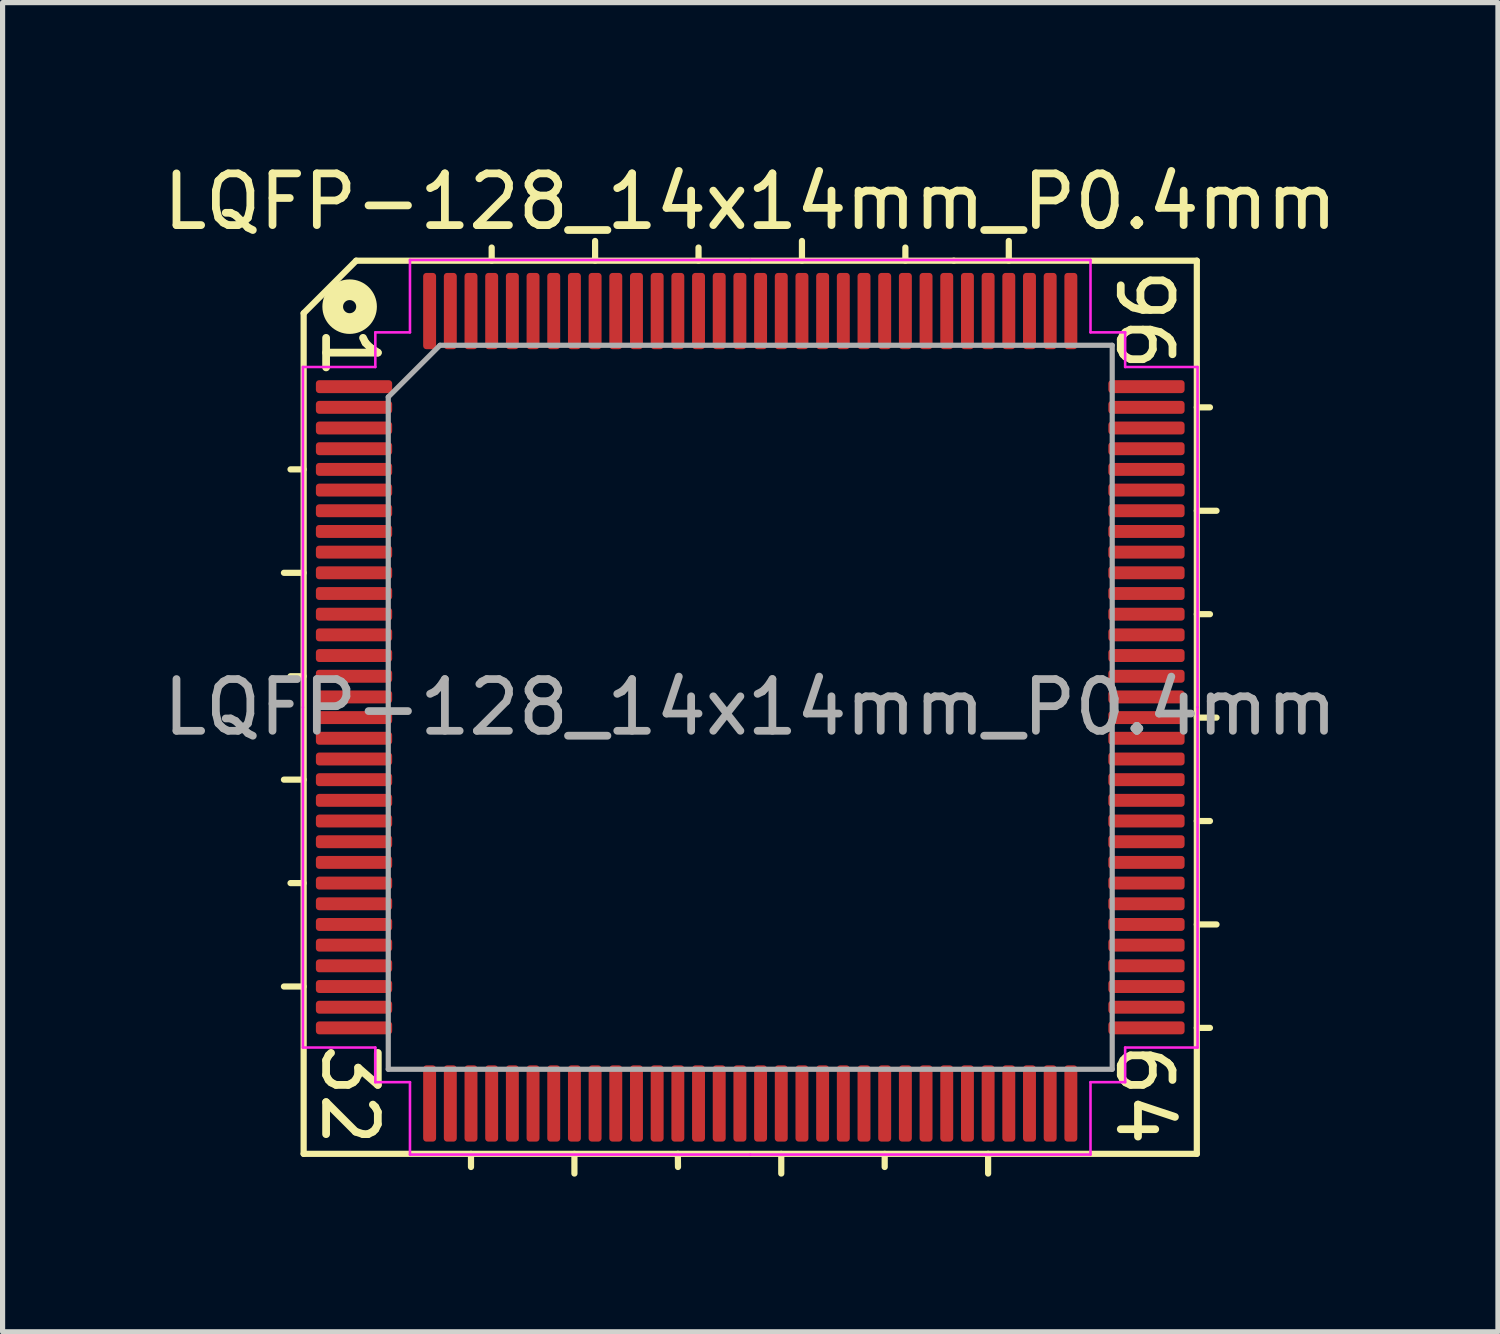
<source format=kicad_pcb>
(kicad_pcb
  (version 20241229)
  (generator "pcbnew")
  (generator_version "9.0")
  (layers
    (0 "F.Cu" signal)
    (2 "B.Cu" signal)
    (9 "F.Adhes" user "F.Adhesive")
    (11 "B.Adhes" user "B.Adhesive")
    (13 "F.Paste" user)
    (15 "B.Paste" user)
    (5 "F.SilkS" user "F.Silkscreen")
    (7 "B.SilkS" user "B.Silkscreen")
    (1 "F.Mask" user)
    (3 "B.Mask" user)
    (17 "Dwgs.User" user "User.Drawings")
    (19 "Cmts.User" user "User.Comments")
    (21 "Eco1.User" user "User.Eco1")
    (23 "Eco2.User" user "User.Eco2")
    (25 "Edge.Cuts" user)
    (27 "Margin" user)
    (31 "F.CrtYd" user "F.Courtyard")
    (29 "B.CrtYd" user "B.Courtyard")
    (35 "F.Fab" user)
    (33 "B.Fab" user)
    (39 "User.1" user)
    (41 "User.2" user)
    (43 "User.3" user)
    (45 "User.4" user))
  (footprint "LQFP-128_14x14mm_P0.4mm"
    (layer "F.Cu")
    (at 11.458 10.627)
    (property "Reference" "LQFP-128_14x14mm_P0.4mm" (at 0 -9.779 0) (layer "F.SilkS") (effects (font (size 1 1) (thickness 0.15))))
    (attr smd)
    (fp_line (start -8.636 -7.62) (end -8.636 8.636) (stroke (width 0.12) (type solid)) (layer "F.SilkS"))
    (fp_line (start -8.636 -4.6) (end -8.89 -4.6) (stroke (width 0.12) (type solid)) (layer "F.SilkS"))
    (fp_line (start -8.636 -2.6) (end -9.017 -2.6) (stroke (width 0.12) (type solid)) (layer "F.SilkS"))
    (fp_line (start -8.636 -0.6) (end -8.89 -0.6) (stroke (width 0.12) (type solid)) (layer "F.SilkS"))
    (fp_line (start -8.636 1.4) (end -9.017 1.4) (stroke (width 0.12) (type solid)) (layer "F.SilkS"))
    (fp_line (start -8.636 3.4) (end -8.89 3.4) (stroke (width 0.12) (type solid)) (layer "F.SilkS"))
    (fp_line (start -8.636 5.4) (end -9.017 5.4) (stroke (width 0.12) (type solid)) (layer "F.SilkS"))
    (fp_line (start -8.636 8.636) (end 8.636 8.636) (stroke (width 0.12) (type solid)) (layer "F.SilkS"))
    (fp_line (start -7.62 -8.636) (end -8.636 -7.62) (stroke (width 0.12) (type solid)) (layer "F.SilkS"))
    (fp_line (start -7.62 -8.636) (end 3.937 -8.636) (stroke (width 0.12) (type solid)) (layer "F.SilkS"))
    (fp_line (start -5.4 8.636) (end -5.4 8.89) (stroke (width 0.12) (type solid)) (layer "F.SilkS"))
    (fp_line (start -5 -8.636) (end -5 -8.89) (stroke (width 0.12) (type solid)) (layer "F.SilkS"))
    (fp_line (start -3.4 8.636) (end -3.4 9.017) (stroke (width 0.12) (type solid)) (layer "F.SilkS"))
    (fp_line (start -3 -8.636) (end -3 -9.017) (stroke (width 0.12) (type solid)) (layer "F.SilkS"))
    (fp_line (start -1.4 8.636) (end -1.397 8.89) (stroke (width 0.12) (type solid)) (layer "F.SilkS"))
    (fp_line (start -1 -8.636) (end -1 -8.89) (stroke (width 0.12) (type solid)) (layer "F.SilkS"))
    (fp_line (start 0.6 8.636) (end 0.6 9.017) (stroke (width 0.12) (type solid)) (layer "F.SilkS"))
    (fp_line (start 1 -8.636) (end 1 -9.017) (stroke (width 0.12) (type solid)) (layer "F.SilkS"))
    (fp_line (start 2.6 8.636) (end 2.6 8.89) (stroke (width 0.12) (type solid)) (layer "F.SilkS"))
    (fp_line (start 3 -8.636) (end 3 -8.89) (stroke (width 0.12) (type solid)) (layer "F.SilkS"))
    (fp_line (start 4.6 8.636) (end 4.6 9.017) (stroke (width 0.12) (type solid)) (layer "F.SilkS"))
    (fp_line (start 5 -8.636) (end 5 -9.017) (stroke (width 0.12) (type solid)) (layer "F.SilkS"))
    (fp_line (start 8.636 -8.636) (end 3.937 -8.636) (stroke (width 0.12) (type solid)) (layer "F.SilkS"))
    (fp_line (start 8.636 -5.8) (end 8.89 -5.8) (stroke (width 0.12) (type solid)) (layer "F.SilkS"))
    (fp_line (start 8.636 -3.8) (end 9.017 -3.8) (stroke (width 0.12) (type solid)) (layer "F.SilkS"))
    (fp_line (start 8.636 -1.8) (end 8.89 -1.8) (stroke (width 0.12) (type solid)) (layer "F.SilkS"))
    (fp_line (start 8.636 0.2) (end 9.017 0.2) (stroke (width 0.12) (type solid)) (layer "F.SilkS"))
    (fp_line (start 8.636 2.2) (end 8.89 2.2) (stroke (width 0.12) (type solid)) (layer "F.SilkS"))
    (fp_line (start 8.636 4.2) (end 9.017 4.2) (stroke (width 0.12) (type solid)) (layer "F.SilkS"))
    (fp_line (start 8.636 6.2) (end 8.89 6.2) (stroke (width 0.12) (type solid)) (layer "F.SilkS"))
    (fp_line (start 8.636 8.636) (end 8.636 -8.636) (stroke (width 0.12) (type solid)) (layer "F.SilkS"))
    (fp_circle (center -7.747 -7.747) (end -7.62 -7.747) (stroke (width 0.4) (type solid)) (fill no) (layer "F.SilkS"))
    (fp_line (start -8.65 -6.58) (end -8.65 0) (stroke (width 0.05) (type solid)) (layer "F.CrtYd"))
    (fp_line (start -8.65 6.58) (end -8.65 0) (stroke (width 0.05) (type solid)) (layer "F.CrtYd"))
    (fp_line (start -7.25 -7.25) (end -7.25 -6.58) (stroke (width 0.05) (type solid)) (layer "F.CrtYd"))
    (fp_line (start -7.25 -6.58) (end -8.65 -6.58) (stroke (width 0.05) (type solid)) (layer "F.CrtYd"))
    (fp_line (start -7.25 6.58) (end -8.65 6.58) (stroke (width 0.05) (type solid)) (layer "F.CrtYd"))
    (fp_line (start -7.25 7.25) (end -7.25 6.58) (stroke (width 0.05) (type solid)) (layer "F.CrtYd"))
    (fp_line (start -6.58 -8.65) (end -6.58 -7.25) (stroke (width 0.05) (type solid)) (layer "F.CrtYd"))
    (fp_line (start -6.58 -7.25) (end -7.25 -7.25) (stroke (width 0.05) (type solid)) (layer "F.CrtYd"))
    (fp_line (start -6.58 7.25) (end -7.25 7.25) (stroke (width 0.05) (type solid)) (layer "F.CrtYd"))
    (fp_line (start -6.58 8.65) (end -6.58 7.25) (stroke (width 0.05) (type solid)) (layer "F.CrtYd"))
    (fp_line (start 0 -8.65) (end -6.58 -8.65) (stroke (width 0.05) (type solid)) (layer "F.CrtYd"))
    (fp_line (start 0 -8.65) (end 6.58 -8.65) (stroke (width 0.05) (type solid)) (layer "F.CrtYd"))
    (fp_line (start 0 8.65) (end -6.58 8.65) (stroke (width 0.05) (type solid)) (layer "F.CrtYd"))
    (fp_line (start 0 8.65) (end 6.58 8.65) (stroke (width 0.05) (type solid)) (layer "F.CrtYd"))
    (fp_line (start 6.58 -8.65) (end 6.58 -7.25) (stroke (width 0.05) (type solid)) (layer "F.CrtYd"))
    (fp_line (start 6.58 -7.25) (end 7.25 -7.25) (stroke (width 0.05) (type solid)) (layer "F.CrtYd"))
    (fp_line (start 6.58 7.25) (end 7.25 7.25) (stroke (width 0.05) (type solid)) (layer "F.CrtYd"))
    (fp_line (start 6.58 8.65) (end 6.58 7.25) (stroke (width 0.05) (type solid)) (layer "F.CrtYd"))
    (fp_line (start 7.25 -7.25) (end 7.25 -6.58) (stroke (width 0.05) (type solid)) (layer "F.CrtYd"))
    (fp_line (start 7.25 -6.58) (end 8.65 -6.58) (stroke (width 0.05) (type solid)) (layer "F.CrtYd"))
    (fp_line (start 7.25 6.58) (end 8.65 6.58) (stroke (width 0.05) (type solid)) (layer "F.CrtYd"))
    (fp_line (start 7.25 7.25) (end 7.25 6.58) (stroke (width 0.05) (type solid)) (layer "F.CrtYd"))
    (fp_line (start 8.65 -6.58) (end 8.65 0) (stroke (width 0.05) (type solid)) (layer "F.CrtYd"))
    (fp_line (start 8.65 6.58) (end 8.65 0) (stroke (width 0.05) (type solid)) (layer "F.CrtYd"))
    (fp_line (start -7 -6) (end -6 -7) (stroke (width 0.1) (type solid)) (layer "F.Fab"))
    (fp_line (start -7 7) (end -7 -6) (stroke (width 0.1) (type solid)) (layer "F.Fab"))
    (fp_line (start -6 -7) (end 7 -7) (stroke (width 0.1) (type solid)) (layer "F.Fab"))
    (fp_line (start 7 -7) (end 7 7) (stroke (width 0.1) (type solid)) (layer "F.Fab"))
    (fp_line (start 7 7) (end -7 7) (stroke (width 0.1) (type solid)) (layer "F.Fab"))
    (fp_text user "96" (at 7.62 -7.493 270) (unlocked yes) (layer "F.SilkS") (effects (font (size 1 1) (thickness 0.15))))
    (fp_text user "64" (at 7.62 7.493 270) (unlocked yes) (layer "F.SilkS") (effects (font (size 1 1) (thickness 0.15))))
    (fp_text user "32" (at -7.747 7.493 270) (unlocked yes) (layer "F.SilkS") (effects (font (size 1 1) (thickness 0.15))))
    (fp_text user "1" (at -7.747 -6.858 270) (unlocked yes) (layer "F.SilkS") (effects (font (size 1 1) (thickness 0.15))))
    (fp_text user "${REFERENCE}" (at 0 0 0) (layer "F.Fab") (effects (font (size 1 1) (thickness 0.15))))
    (pad "1" smd roundrect (at -7.662 -6.2) (size 1.475 0.25) (layers "F.Cu" "F.Mask" "F.Paste") (roundrect_rratio 0.25))
    (pad "2" smd roundrect (at -7.662 -5.8) (size 1.475 0.25) (layers "F.Cu" "F.Mask" "F.Paste") (roundrect_rratio 0.25))
    (pad "3" smd roundrect (at -7.662 -5.4) (size 1.475 0.25) (layers "F.Cu" "F.Mask" "F.Paste") (roundrect_rratio 0.25))
    (pad "4" smd roundrect (at -7.662 -5) (size 1.475 0.25) (layers "F.Cu" "F.Mask" "F.Paste") (roundrect_rratio 0.25))
    (pad "5" smd roundrect (at -7.662 -4.6) (size 1.475 0.25) (layers "F.Cu" "F.Mask" "F.Paste") (roundrect_rratio 0.25))
    (pad "6" smd roundrect (at -7.662 -4.2) (size 1.475 0.25) (layers "F.Cu" "F.Mask" "F.Paste") (roundrect_rratio 0.25))
    (pad "7" smd roundrect (at -7.662 -3.8) (size 1.475 0.25) (layers "F.Cu" "F.Mask" "F.Paste") (roundrect_rratio 0.25))
    (pad "8" smd roundrect (at -7.662 -3.4) (size 1.475 0.25) (layers "F.Cu" "F.Mask" "F.Paste") (roundrect_rratio 0.25))
    (pad "9" smd roundrect (at -7.662 -3) (size 1.475 0.25) (layers "F.Cu" "F.Mask" "F.Paste") (roundrect_rratio 0.25))
    (pad "10" smd roundrect (at -7.662 -2.6) (size 1.475 0.25) (layers "F.Cu" "F.Mask" "F.Paste") (roundrect_rratio 0.25))
    (pad "11" smd roundrect (at -7.662 -2.2) (size 1.475 0.25) (layers "F.Cu" "F.Mask" "F.Paste") (roundrect_rratio 0.25))
    (pad "12" smd roundrect (at -7.662 -1.8) (size 1.475 0.25) (layers "F.Cu" "F.Mask" "F.Paste") (roundrect_rratio 0.25))
    (pad "13" smd roundrect (at -7.662 -1.4) (size 1.475 0.25) (layers "F.Cu" "F.Mask" "F.Paste") (roundrect_rratio 0.25))
    (pad "14" smd roundrect (at -7.662 -1) (size 1.475 0.25) (layers "F.Cu" "F.Mask" "F.Paste") (roundrect_rratio 0.25))
    (pad "15" smd roundrect (at -7.662 -0.6) (size 1.475 0.25) (layers "F.Cu" "F.Mask" "F.Paste") (roundrect_rratio 0.25))
    (pad "16" smd roundrect (at -7.662 -0.2) (size 1.475 0.25) (layers "F.Cu" "F.Mask" "F.Paste") (roundrect_rratio 0.25))
    (pad "17" smd roundrect (at -7.662 0.2) (size 1.475 0.25) (layers "F.Cu" "F.Mask" "F.Paste") (roundrect_rratio 0.25))
    (pad "18" smd roundrect (at -7.662 0.6) (size 1.475 0.25) (layers "F.Cu" "F.Mask" "F.Paste") (roundrect_rratio 0.25))
    (pad "19" smd roundrect (at -7.662 1) (size 1.475 0.25) (layers "F.Cu" "F.Mask" "F.Paste") (roundrect_rratio 0.25))
    (pad "20" smd roundrect (at -7.662 1.4) (size 1.475 0.25) (layers "F.Cu" "F.Mask" "F.Paste") (roundrect_rratio 0.25))
    (pad "21" smd roundrect (at -7.662 1.8) (size 1.475 0.25) (layers "F.Cu" "F.Mask" "F.Paste") (roundrect_rratio 0.25))
    (pad "22" smd roundrect (at -7.662 2.2) (size 1.475 0.25) (layers "F.Cu" "F.Mask" "F.Paste") (roundrect_rratio 0.25))
    (pad "23" smd roundrect (at -7.662 2.6) (size 1.475 0.25) (layers "F.Cu" "F.Mask" "F.Paste") (roundrect_rratio 0.25))
    (pad "24" smd roundrect (at -7.662 3) (size 1.475 0.25) (layers "F.Cu" "F.Mask" "F.Paste") (roundrect_rratio 0.25))
    (pad "25" smd roundrect (at -7.662 3.4) (size 1.475 0.25) (layers "F.Cu" "F.Mask" "F.Paste") (roundrect_rratio 0.25))
    (pad "26" smd roundrect (at -7.662 3.8) (size 1.475 0.25) (layers "F.Cu" "F.Mask" "F.Paste") (roundrect_rratio 0.25))
    (pad "27" smd roundrect (at -7.662 4.2) (size 1.475 0.25) (layers "F.Cu" "F.Mask" "F.Paste") (roundrect_rratio 0.25))
    (pad "28" smd roundrect (at -7.662 4.6) (size 1.475 0.25) (layers "F.Cu" "F.Mask" "F.Paste") (roundrect_rratio 0.25))
    (pad "29" smd roundrect (at -7.662 5) (size 1.475 0.25) (layers "F.Cu" "F.Mask" "F.Paste") (roundrect_rratio 0.25))
    (pad "30" smd roundrect (at -7.662 5.4) (size 1.475 0.25) (layers "F.Cu" "F.Mask" "F.Paste") (roundrect_rratio 0.25))
    (pad "31" smd roundrect (at -7.662 5.8) (size 1.475 0.25) (layers "F.Cu" "F.Mask" "F.Paste") (roundrect_rratio 0.25))
    (pad "32" smd roundrect (at -7.662 6.2) (size 1.475 0.25) (layers "F.Cu" "F.Mask" "F.Paste") (roundrect_rratio 0.25))
    (pad "33" smd roundrect (at -6.2 7.662) (size 0.25 1.475) (layers "F.Cu" "F.Mask" "F.Paste") (roundrect_rratio 0.25))
    (pad "34" smd roundrect (at -5.8 7.662) (size 0.25 1.475) (layers "F.Cu" "F.Mask" "F.Paste") (roundrect_rratio 0.25))
    (pad "35" smd roundrect (at -5.4 7.662) (size 0.25 1.475) (layers "F.Cu" "F.Mask" "F.Paste") (roundrect_rratio 0.25))
    (pad "36" smd roundrect (at -5 7.662) (size 0.25 1.475) (layers "F.Cu" "F.Mask" "F.Paste") (roundrect_rratio 0.25))
    (pad "37" smd roundrect (at -4.6 7.662) (size 0.25 1.475) (layers "F.Cu" "F.Mask" "F.Paste") (roundrect_rratio 0.25))
    (pad "38" smd roundrect (at -4.2 7.662) (size 0.25 1.475) (layers "F.Cu" "F.Mask" "F.Paste") (roundrect_rratio 0.25))
    (pad "39" smd roundrect (at -3.8 7.662) (size 0.25 1.475) (layers "F.Cu" "F.Mask" "F.Paste") (roundrect_rratio 0.25))
    (pad "40" smd roundrect (at -3.4 7.662) (size 0.25 1.475) (layers "F.Cu" "F.Mask" "F.Paste") (roundrect_rratio 0.25))
    (pad "41" smd roundrect (at -3 7.662) (size 0.25 1.475) (layers "F.Cu" "F.Mask" "F.Paste") (roundrect_rratio 0.25))
    (pad "42" smd roundrect (at -2.6 7.662) (size 0.25 1.475) (layers "F.Cu" "F.Mask" "F.Paste") (roundrect_rratio 0.25))
    (pad "43" smd roundrect (at -2.2 7.662) (size 0.25 1.475) (layers "F.Cu" "F.Mask" "F.Paste") (roundrect_rratio 0.25))
    (pad "44" smd roundrect (at -1.8 7.662) (size 0.25 1.475) (layers "F.Cu" "F.Mask" "F.Paste") (roundrect_rratio 0.25))
    (pad "45" smd roundrect (at -1.4 7.662) (size 0.25 1.475) (layers "F.Cu" "F.Mask" "F.Paste") (roundrect_rratio 0.25))
    (pad "46" smd roundrect (at -1 7.662) (size 0.25 1.475) (layers "F.Cu" "F.Mask" "F.Paste") (roundrect_rratio 0.25))
    (pad "47" smd roundrect (at -0.6 7.662) (size 0.25 1.475) (layers "F.Cu" "F.Mask" "F.Paste") (roundrect_rratio 0.25))
    (pad "48" smd roundrect (at -0.2 7.662) (size 0.25 1.475) (layers "F.Cu" "F.Mask" "F.Paste") (roundrect_rratio 0.25))
    (pad "49" smd roundrect (at 0.2 7.662) (size 0.25 1.475) (layers "F.Cu" "F.Mask" "F.Paste") (roundrect_rratio 0.25))
    (pad "50" smd roundrect (at 0.6 7.662) (size 0.25 1.475) (layers "F.Cu" "F.Mask" "F.Paste") (roundrect_rratio 0.25))
    (pad "51" smd roundrect (at 1 7.662) (size 0.25 1.475) (layers "F.Cu" "F.Mask" "F.Paste") (roundrect_rratio 0.25))
    (pad "52" smd roundrect (at 1.4 7.662) (size 0.25 1.475) (layers "F.Cu" "F.Mask" "F.Paste") (roundrect_rratio 0.25))
    (pad "53" smd roundrect (at 1.8 7.662) (size 0.25 1.475) (layers "F.Cu" "F.Mask" "F.Paste") (roundrect_rratio 0.25))
    (pad "54" smd roundrect (at 2.2 7.662) (size 0.25 1.475) (layers "F.Cu" "F.Mask" "F.Paste") (roundrect_rratio 0.25))
    (pad "55" smd roundrect (at 2.6 7.662) (size 0.25 1.475) (layers "F.Cu" "F.Mask" "F.Paste") (roundrect_rratio 0.25))
    (pad "56" smd roundrect (at 3 7.662) (size 0.25 1.475) (layers "F.Cu" "F.Mask" "F.Paste") (roundrect_rratio 0.25))
    (pad "57" smd roundrect (at 3.4 7.662) (size 0.25 1.475) (layers "F.Cu" "F.Mask" "F.Paste") (roundrect_rratio 0.25))
    (pad "58" smd roundrect (at 3.8 7.662) (size 0.25 1.475) (layers "F.Cu" "F.Mask" "F.Paste") (roundrect_rratio 0.25))
    (pad "59" smd roundrect (at 4.2 7.662) (size 0.25 1.475) (layers "F.Cu" "F.Mask" "F.Paste") (roundrect_rratio 0.25))
    (pad "60" smd roundrect (at 4.6 7.662) (size 0.25 1.475) (layers "F.Cu" "F.Mask" "F.Paste") (roundrect_rratio 0.25))
    (pad "61" smd roundrect (at 5 7.662) (size 0.25 1.475) (layers "F.Cu" "F.Mask" "F.Paste") (roundrect_rratio 0.25))
    (pad "62" smd roundrect (at 5.4 7.662) (size 0.25 1.475) (layers "F.Cu" "F.Mask" "F.Paste") (roundrect_rratio 0.25))
    (pad "63" smd roundrect (at 5.8 7.662) (size 0.25 1.475) (layers "F.Cu" "F.Mask" "F.Paste") (roundrect_rratio 0.25))
    (pad "64" smd roundrect (at 6.2 7.662) (size 0.25 1.475) (layers "F.Cu" "F.Mask" "F.Paste") (roundrect_rratio 0.25))
    (pad "65" smd roundrect (at 7.662 6.2) (size 1.475 0.25) (layers "F.Cu" "F.Mask" "F.Paste") (roundrect_rratio 0.25))
    (pad "66" smd roundrect (at 7.662 5.8) (size 1.475 0.25) (layers "F.Cu" "F.Mask" "F.Paste") (roundrect_rratio 0.25))
    (pad "67" smd roundrect (at 7.662 5.4) (size 1.475 0.25) (layers "F.Cu" "F.Mask" "F.Paste") (roundrect_rratio 0.25))
    (pad "68" smd roundrect (at 7.662 5) (size 1.475 0.25) (layers "F.Cu" "F.Mask" "F.Paste") (roundrect_rratio 0.25))
    (pad "69" smd roundrect (at 7.662 4.6) (size 1.475 0.25) (layers "F.Cu" "F.Mask" "F.Paste") (roundrect_rratio 0.25))
    (pad "70" smd roundrect (at 7.662 4.2) (size 1.475 0.25) (layers "F.Cu" "F.Mask" "F.Paste") (roundrect_rratio 0.25))
    (pad "71" smd roundrect (at 7.662 3.8) (size 1.475 0.25) (layers "F.Cu" "F.Mask" "F.Paste") (roundrect_rratio 0.25))
    (pad "72" smd roundrect (at 7.662 3.4) (size 1.475 0.25) (layers "F.Cu" "F.Mask" "F.Paste") (roundrect_rratio 0.25))
    (pad "73" smd roundrect (at 7.662 3) (size 1.475 0.25) (layers "F.Cu" "F.Mask" "F.Paste") (roundrect_rratio 0.25))
    (pad "74" smd roundrect (at 7.662 2.6) (size 1.475 0.25) (layers "F.Cu" "F.Mask" "F.Paste") (roundrect_rratio 0.25))
    (pad "75" smd roundrect (at 7.662 2.2) (size 1.475 0.25) (layers "F.Cu" "F.Mask" "F.Paste") (roundrect_rratio 0.25))
    (pad "76" smd roundrect (at 7.662 1.8) (size 1.475 0.25) (layers "F.Cu" "F.Mask" "F.Paste") (roundrect_rratio 0.25))
    (pad "77" smd roundrect (at 7.662 1.4) (size 1.475 0.25) (layers "F.Cu" "F.Mask" "F.Paste") (roundrect_rratio 0.25))
    (pad "78" smd roundrect (at 7.662 1) (size 1.475 0.25) (layers "F.Cu" "F.Mask" "F.Paste") (roundrect_rratio 0.25))
    (pad "79" smd roundrect (at 7.662 0.6) (size 1.475 0.25) (layers "F.Cu" "F.Mask" "F.Paste") (roundrect_rratio 0.25))
    (pad "80" smd roundrect (at 7.662 0.2) (size 1.475 0.25) (layers "F.Cu" "F.Mask" "F.Paste") (roundrect_rratio 0.25))
    (pad "81" smd roundrect (at 7.662 -0.2) (size 1.475 0.25) (layers "F.Cu" "F.Mask" "F.Paste") (roundrect_rratio 0.25))
    (pad "82" smd roundrect (at 7.662 -0.6) (size 1.475 0.25) (layers "F.Cu" "F.Mask" "F.Paste") (roundrect_rratio 0.25))
    (pad "83" smd roundrect (at 7.662 -1) (size 1.475 0.25) (layers "F.Cu" "F.Mask" "F.Paste") (roundrect_rratio 0.25))
    (pad "84" smd roundrect (at 7.662 -1.4) (size 1.475 0.25) (layers "F.Cu" "F.Mask" "F.Paste") (roundrect_rratio 0.25))
    (pad "85" smd roundrect (at 7.662 -1.8) (size 1.475 0.25) (layers "F.Cu" "F.Mask" "F.Paste") (roundrect_rratio 0.25))
    (pad "86" smd roundrect (at 7.662 -2.2) (size 1.475 0.25) (layers "F.Cu" "F.Mask" "F.Paste") (roundrect_rratio 0.25))
    (pad "87" smd roundrect (at 7.662 -2.6) (size 1.475 0.25) (layers "F.Cu" "F.Mask" "F.Paste") (roundrect_rratio 0.25))
    (pad "88" smd roundrect (at 7.662 -3) (size 1.475 0.25) (layers "F.Cu" "F.Mask" "F.Paste") (roundrect_rratio 0.25))
    (pad "89" smd roundrect (at 7.662 -3.4) (size 1.475 0.25) (layers "F.Cu" "F.Mask" "F.Paste") (roundrect_rratio 0.25))
    (pad "90" smd roundrect (at 7.662 -3.8) (size 1.475 0.25) (layers "F.Cu" "F.Mask" "F.Paste") (roundrect_rratio 0.25))
    (pad "91" smd roundrect (at 7.662 -4.2) (size 1.475 0.25) (layers "F.Cu" "F.Mask" "F.Paste") (roundrect_rratio 0.25))
    (pad "92" smd roundrect (at 7.662 -4.6) (size 1.475 0.25) (layers "F.Cu" "F.Mask" "F.Paste") (roundrect_rratio 0.25))
    (pad "93" smd roundrect (at 7.662 -5) (size 1.475 0.25) (layers "F.Cu" "F.Mask" "F.Paste") (roundrect_rratio 0.25))
    (pad "94" smd roundrect (at 7.662 -5.4) (size 1.475 0.25) (layers "F.Cu" "F.Mask" "F.Paste") (roundrect_rratio 0.25))
    (pad "95" smd roundrect (at 7.662 -5.8) (size 1.475 0.25) (layers "F.Cu" "F.Mask" "F.Paste") (roundrect_rratio 0.25))
    (pad "96" smd roundrect (at 7.662 -6.2) (size 1.475 0.25) (layers "F.Cu" "F.Mask" "F.Paste") (roundrect_rratio 0.25))
    (pad "97" smd roundrect (at 6.2 -7.662) (size 0.25 1.475) (layers "F.Cu" "F.Mask" "F.Paste") (roundrect_rratio 0.25))
    (pad "98" smd roundrect (at 5.8 -7.662) (size 0.25 1.475) (layers "F.Cu" "F.Mask" "F.Paste") (roundrect_rratio 0.25))
    (pad "99" smd roundrect (at 5.4 -7.662) (size 0.25 1.475) (layers "F.Cu" "F.Mask" "F.Paste") (roundrect_rratio 0.25))
    (pad "100" smd roundrect (at 5 -7.662) (size 0.25 1.475) (layers "F.Cu" "F.Mask" "F.Paste") (roundrect_rratio 0.25))
    (pad "101" smd roundrect (at 4.6 -7.662) (size 0.25 1.475) (layers "F.Cu" "F.Mask" "F.Paste") (roundrect_rratio 0.25))
    (pad "102" smd roundrect (at 4.2 -7.662) (size 0.25 1.475) (layers "F.Cu" "F.Mask" "F.Paste") (roundrect_rratio 0.25))
    (pad "103" smd roundrect (at 3.8 -7.662) (size 0.25 1.475) (layers "F.Cu" "F.Mask" "F.Paste") (roundrect_rratio 0.25))
    (pad "104" smd roundrect (at 3.4 -7.662) (size 0.25 1.475) (layers "F.Cu" "F.Mask" "F.Paste") (roundrect_rratio 0.25))
    (pad "105" smd roundrect (at 3 -7.662) (size 0.25 1.475) (layers "F.Cu" "F.Mask" "F.Paste") (roundrect_rratio 0.25))
    (pad "106" smd roundrect (at 2.6 -7.662) (size 0.25 1.475) (layers "F.Cu" "F.Mask" "F.Paste") (roundrect_rratio 0.25))
    (pad "107" smd roundrect (at 2.2 -7.662) (size 0.25 1.475) (layers "F.Cu" "F.Mask" "F.Paste") (roundrect_rratio 0.25))
    (pad "108" smd roundrect (at 1.8 -7.662) (size 0.25 1.475) (layers "F.Cu" "F.Mask" "F.Paste") (roundrect_rratio 0.25))
    (pad "109" smd roundrect (at 1.4 -7.662) (size 0.25 1.475) (layers "F.Cu" "F.Mask" "F.Paste") (roundrect_rratio 0.25))
    (pad "110" smd roundrect (at 1 -7.662) (size 0.25 1.475) (layers "F.Cu" "F.Mask" "F.Paste") (roundrect_rratio 0.25))
    (pad "111" smd roundrect (at 0.6 -7.662) (size 0.25 1.475) (layers "F.Cu" "F.Mask" "F.Paste") (roundrect_rratio 0.25))
    (pad "112" smd roundrect (at 0.2 -7.662) (size 0.25 1.475) (layers "F.Cu" "F.Mask" "F.Paste") (roundrect_rratio 0.25))
    (pad "113" smd roundrect (at -0.2 -7.662) (size 0.25 1.475) (layers "F.Cu" "F.Mask" "F.Paste") (roundrect_rratio 0.25))
    (pad "114" smd roundrect (at -0.6 -7.662) (size 0.25 1.475) (layers "F.Cu" "F.Mask" "F.Paste") (roundrect_rratio 0.25))
    (pad "115" smd roundrect (at -1 -7.662) (size 0.25 1.475) (layers "F.Cu" "F.Mask" "F.Paste") (roundrect_rratio 0.25))
    (pad "116" smd roundrect (at -1.4 -7.662) (size 0.25 1.475) (layers "F.Cu" "F.Mask" "F.Paste") (roundrect_rratio 0.25))
    (pad "117" smd roundrect (at -1.8 -7.662) (size 0.25 1.475) (layers "F.Cu" "F.Mask" "F.Paste") (roundrect_rratio 0.25))
    (pad "118" smd roundrect (at -2.2 -7.662) (size 0.25 1.475) (layers "F.Cu" "F.Mask" "F.Paste") (roundrect_rratio 0.25))
    (pad "119" smd roundrect (at -2.6 -7.662) (size 0.25 1.475) (layers "F.Cu" "F.Mask" "F.Paste") (roundrect_rratio 0.25))
    (pad "120" smd roundrect (at -3 -7.662) (size 0.25 1.475) (layers "F.Cu" "F.Mask" "F.Paste") (roundrect_rratio 0.25))
    (pad "121" smd roundrect (at -3.4 -7.662) (size 0.25 1.475) (layers "F.Cu" "F.Mask" "F.Paste") (roundrect_rratio 0.25))
    (pad "122" smd roundrect (at -3.8 -7.662) (size 0.25 1.475) (layers "F.Cu" "F.Mask" "F.Paste") (roundrect_rratio 0.25))
    (pad "123" smd roundrect (at -4.2 -7.662) (size 0.25 1.475) (layers "F.Cu" "F.Mask" "F.Paste") (roundrect_rratio 0.25))
    (pad "124" smd roundrect (at -4.6 -7.662) (size 0.25 1.475) (layers "F.Cu" "F.Mask" "F.Paste") (roundrect_rratio 0.25))
    (pad "125" smd roundrect (at -5 -7.662) (size 0.25 1.475) (layers "F.Cu" "F.Mask" "F.Paste") (roundrect_rratio 0.25))
    (pad "126" smd roundrect (at -5.4 -7.662) (size 0.25 1.475) (layers "F.Cu" "F.Mask" "F.Paste") (roundrect_rratio 0.25))
    (pad "127" smd roundrect (at -5.8 -7.662) (size 0.25 1.475) (layers "F.Cu" "F.Mask" "F.Paste") (roundrect_rratio 0.25))
    (pad "128" smd roundrect (at -6.2 -7.662) (size 0.25 1.475) (layers "F.Cu" "F.Mask" "F.Paste") (roundrect_rratio 0.25)))
  (gr_rect
    (start -3 -3)
    (end 25.917 22.704)
    (stroke (width 0.1) (type default))
    (fill no)
    (layer "Edge.Cuts")))
</source>
